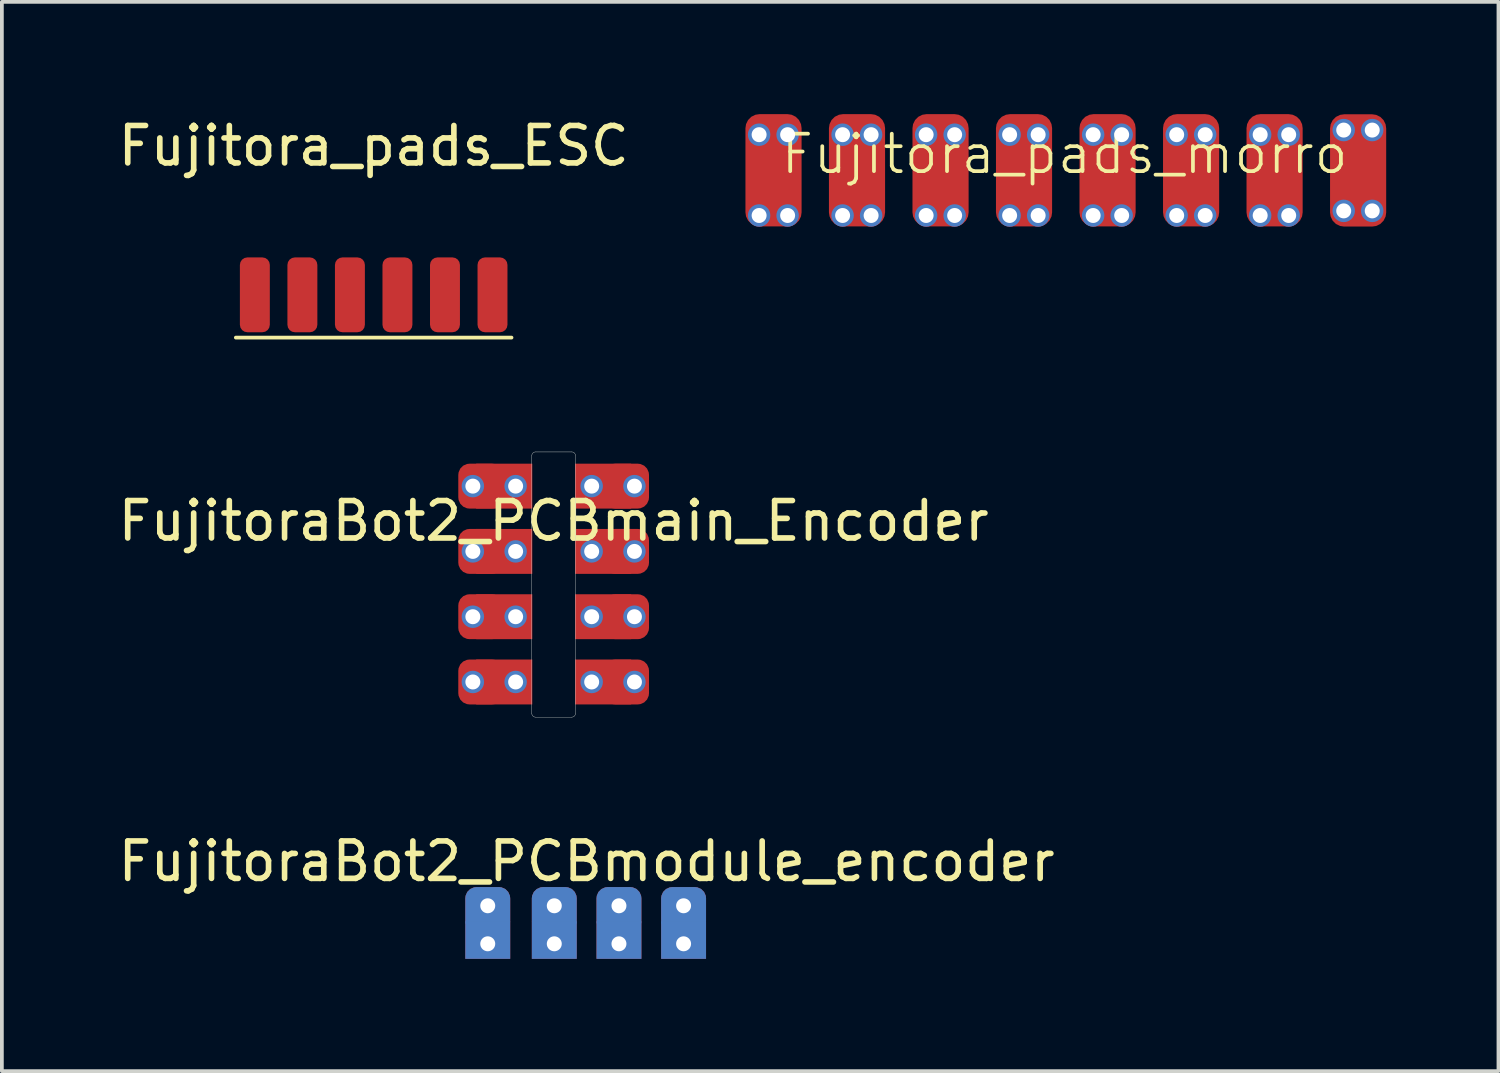
<source format=kicad_pcb>
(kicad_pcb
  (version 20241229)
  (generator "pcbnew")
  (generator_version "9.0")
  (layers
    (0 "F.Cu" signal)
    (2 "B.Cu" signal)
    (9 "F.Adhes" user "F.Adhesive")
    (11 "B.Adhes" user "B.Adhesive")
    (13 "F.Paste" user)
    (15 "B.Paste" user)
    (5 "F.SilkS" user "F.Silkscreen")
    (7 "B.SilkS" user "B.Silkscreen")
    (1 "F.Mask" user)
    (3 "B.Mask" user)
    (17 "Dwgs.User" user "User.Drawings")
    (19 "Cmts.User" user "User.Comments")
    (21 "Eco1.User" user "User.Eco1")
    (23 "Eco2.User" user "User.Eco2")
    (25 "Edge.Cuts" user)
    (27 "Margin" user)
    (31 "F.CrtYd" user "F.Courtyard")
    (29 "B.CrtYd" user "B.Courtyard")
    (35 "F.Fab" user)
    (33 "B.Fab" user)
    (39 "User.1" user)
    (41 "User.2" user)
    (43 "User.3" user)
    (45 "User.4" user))
  (footprint "Fujitora_pads_morro"
    (layer "F.Cu")
    (at 25.398 1.565)
    (property "Reference" "Fujitora_pads_morro" (at 0 -0.5 0) (unlocked yes) (layer "F.SilkS") (effects (font (size 1 1) (thickness 0.1))))
    (attr through_hole)
    (pad "1" thru_hole circle (at -8.164 -1.016 90) (size 0.6 0.6) (drill 0.4) (layers "*.Cu" "*.Mask"))
    (pad "1" thru_hole circle (at -8.164 1.143 90) (size 0.6 0.6) (drill 0.4) (layers "*.Cu" "*.Mask"))
    (pad "1" smd roundrect (at -7.529 0.635 90) (size 3 1.5) (drill (offset 0.7 -0.25)) (layers "F.Cu" "F.Mask" "F.Paste") (roundrect_rratio 0.25))
    (pad "1" thru_hole circle (at -7.402 -1.016 90) (size 0.6 0.6) (drill 0.4) (layers "*.Cu" "*.Mask"))
    (pad "1" thru_hole circle (at -7.402 1.143 90) (size 0.6 0.6) (drill 0.4) (layers "*.Cu" "*.Mask"))
    (pad "2" thru_hole circle (at -5.933 -1.016 90) (size 0.6 0.6) (drill 0.4) (layers "*.Cu" "*.Mask"))
    (pad "2" thru_hole circle (at -5.933 1.143 90) (size 0.6 0.6) (drill 0.4) (layers "*.Cu" "*.Mask"))
    (pad "2" smd roundrect (at -5.298 0.635 90) (size 3 1.5) (drill (offset 0.7 -0.25)) (layers "F.Cu" "F.Mask" "F.Paste") (roundrect_rratio 0.25))
    (pad "2" thru_hole circle (at -5.171 -1.016 90) (size 0.6 0.6) (drill 0.4) (layers "*.Cu" "*.Mask"))
    (pad "2" thru_hole circle (at -5.171 1.143 90) (size 0.6 0.6) (drill 0.4) (layers "*.Cu" "*.Mask"))
    (pad "3" thru_hole circle (at -3.701 -1.016 90) (size 0.6 0.6) (drill 0.4) (layers "*.Cu" "*.Mask"))
    (pad "3" thru_hole circle (at -3.701 1.143 90) (size 0.6 0.6) (drill 0.4) (layers "*.Cu" "*.Mask"))
    (pad "3" smd roundrect (at -3.066 0.635 90) (size 3 1.5) (drill (offset 0.7 -0.25)) (layers "F.Cu" "F.Mask" "F.Paste") (roundrect_rratio 0.25))
    (pad "3" thru_hole circle (at -2.939 -1.016 90) (size 0.6 0.6) (drill 0.4) (layers "*.Cu" "*.Mask"))
    (pad "3" thru_hole circle (at -2.939 1.143 90) (size 0.6 0.6) (drill 0.4) (layers "*.Cu" "*.Mask"))
    (pad "4" thru_hole circle (at -1.47 -1.016 90) (size 0.6 0.6) (drill 0.4) (layers "*.Cu" "*.Mask"))
    (pad "4" thru_hole circle (at -1.47 1.143 90) (size 0.6 0.6) (drill 0.4) (layers "*.Cu" "*.Mask"))
    (pad "4" smd roundrect (at -0.835 0.635 90) (size 3 1.5) (drill (offset 0.7 -0.25)) (layers "F.Cu" "F.Mask" "F.Paste") (roundrect_rratio 0.25))
    (pad "4" thru_hole circle (at -0.708 -1.016 90) (size 0.6 0.6) (drill 0.4) (layers "*.Cu" "*.Mask"))
    (pad "4" thru_hole circle (at -0.708 1.143 90) (size 0.6 0.6) (drill 0.4) (layers "*.Cu" "*.Mask"))
    (pad "5" thru_hole circle (at 0.762 -1.016 90) (size 0.6 0.6) (drill 0.4) (layers "*.Cu" "*.Mask"))
    (pad "5" thru_hole circle (at 0.762 1.143 90) (size 0.6 0.6) (drill 0.4) (layers "*.Cu" "*.Mask"))
    (pad "5" smd roundrect (at 1.397 0.635 90) (size 3 1.5) (drill (offset 0.7 -0.25)) (layers "F.Cu" "F.Mask" "F.Paste") (roundrect_rratio 0.25))
    (pad "5" thru_hole circle (at 1.524 -1.016 90) (size 0.6 0.6) (drill 0.4) (layers "*.Cu" "*.Mask"))
    (pad "5" thru_hole circle (at 1.524 1.143 90) (size 0.6 0.6) (drill 0.4) (layers "*.Cu" "*.Mask"))
    (pad "6" thru_hole circle (at 2.994 -1.016 90) (size 0.6 0.6) (drill 0.4) (layers "*.Cu" "*.Mask"))
    (pad "6" thru_hole circle (at 2.994 1.143 90) (size 0.6 0.6) (drill 0.4) (layers "*.Cu" "*.Mask"))
    (pad "6" smd roundrect (at 3.629 0.635 90) (size 3 1.5) (drill (offset 0.7 -0.25)) (layers "F.Cu" "F.Mask" "F.Paste") (roundrect_rratio 0.25))
    (pad "6" thru_hole circle (at 3.756 -1.016 90) (size 0.6 0.6) (drill 0.4) (layers "*.Cu" "*.Mask"))
    (pad "6" thru_hole circle (at 3.756 1.143 90) (size 0.6 0.6) (drill 0.4) (layers "*.Cu" "*.Mask"))
    (pad "7" thru_hole circle (at 5.225 -1.016 90) (size 0.6 0.6) (drill 0.4) (layers "*.Cu" "*.Mask"))
    (pad "7" thru_hole circle (at 5.225 1.143 90) (size 0.6 0.6) (drill 0.4) (layers "*.Cu" "*.Mask"))
    (pad "7" smd roundrect (at 5.86 0.635 90) (size 3 1.5) (drill (offset 0.7 -0.25)) (layers "F.Cu" "F.Mask" "F.Paste") (roundrect_rratio 0.25))
    (pad "7" thru_hole circle (at 5.987 -1.016 90) (size 0.6 0.6) (drill 0.4) (layers "*.Cu" "*.Mask"))
    (pad "7" thru_hole circle (at 5.987 1.143 90) (size 0.6 0.6) (drill 0.4) (layers "*.Cu" "*.Mask"))
    (pad "8" thru_hole circle (at 7.457 -1.139 90) (size 0.6 0.6) (drill 0.4) (layers "*.Cu" "*.Mask"))
    (pad "8" thru_hole circle (at 7.457 1.02 90) (size 0.6 0.6) (drill 0.4) (layers "*.Cu" "*.Mask"))
    (pad "8" smd roundrect (at 8.092 0.639 90) (size 3 1.5) (drill (offset 0.7 -0.25)) (layers "F.Cu" "F.Mask" "F.Paste") (roundrect_rratio 0.25))
    (pad "8" thru_hole circle (at 8.219 -1.139 90) (size 0.6 0.6) (drill 0.4) (layers "*.Cu" "*.Mask"))
    (pad "8" thru_hole circle (at 8.219 1.02 90) (size 0.6 0.6) (drill 0.4) (layers "*.Cu" "*.Mask")))
  (footprint "FujitoraBot2_PCBmodule_encoder"
    (layer "F.Cu")
    (at 12.625 21.661)
    (property "Reference" "FujitoraBot2_PCBmodule_encoder" (at 0 -1.695 0) (layer "F.SilkS") (effects (font (size 1 1) (thickness 0.15))))
    (attr through_hole)
    (pad "1" thru_hole roundrect (at -2.642 -0.508 270) (size 1.2 1.2) (drill 0.4 (offset 0.1 0)) (layers "*.Cu" "*.Mask") (roundrect_rratio 0.25))
    (pad "1" thru_hole rect (at -2.642 0.508 270) (size 1.004 1.2) (drill 0.4 (offset -0.1 0)) (layers "*.Cu" "*.Mask"))
    (pad "2" thru_hole roundrect (at -0.864 -0.508 270) (size 1.2 1.2) (drill 0.4 (offset 0.1 0)) (layers "*.Cu" "*.Mask") (roundrect_rratio 0.25))
    (pad "2" thru_hole rect (at -0.864 0.508 270) (size 1.004 1.2) (drill 0.4 (offset -0.1 0)) (layers "*.Cu" "*.Mask"))
    (pad "3" thru_hole roundrect (at 0.864 -0.508 270) (size 1.2 1.2) (drill 0.4 (offset 0.1 0)) (layers "*.Cu" "*.Mask") (roundrect_rratio 0.25))
    (pad "3" thru_hole rect (at 0.864 0.508 270) (size 1.004 1.2) (drill 0.4 (offset -0.1 0)) (layers "*.Cu" "*.Mask"))
    (pad "4" thru_hole roundrect (at 2.591 -0.508 270) (size 1.2 1.2) (drill 0.4 (offset 0.1 0)) (layers "*.Cu" "*.Mask") (roundrect_rratio 0.25))
    (pad "4" thru_hole rect (at 2.591 0.508 270) (size 1.004 1.2) (drill 0.4 (offset -0.1 0)) (layers "*.Cu" "*.Mask")))
  (footprint "FujitoraBot2_PCBmain_Encoder"
    (layer "F.Cu")
    (at 11.744 12.565)
    (property "Reference" "FujitoraBot2_PCBmain_Encoder" (at 0 -1.695 0) (layer "F.SilkS") (effects (font (size 1 1) (thickness 0.15))))
    (attr through_hole)
    (fp_line (start -0.584 3.448) (end -0.584 -3.439) (stroke (width 0.01) (type default)) (layer "Edge.Cuts"))
    (fp_line (start -0.484 -3.539) (end 0.484 -3.539) (stroke (width 0.01) (type default)) (layer "Edge.Cuts"))
    (fp_line (start 0.484 3.548) (end -0.484 3.548) (stroke (width 0.01) (type default)) (layer "Edge.Cuts"))
    (fp_line (start 0.584 -3.439) (end 0.584 3.448) (stroke (width 0.01) (type default)) (layer "Edge.Cuts"))
    (fp_arc (start -0.5842 -3.439066) (mid -0.554911 -3.509777) (end -0.4842 -3.539066) (stroke (width 0.01) (type default)) (layer "Edge.Cuts"))
    (fp_arc (start -0.4842 3.547534) (mid -0.554911 3.518245) (end -0.5842 3.447534) (stroke (width 0.01) (type default)) (layer "Edge.Cuts"))
    (fp_arc (start 0.4842 -3.539066) (mid 0.554911 -3.509777) (end 0.5842 -3.439066) (stroke (width 0.01) (type default)) (layer "Edge.Cuts"))
    (fp_arc (start 0.5842 3.447534) (mid 0.554911 3.518245) (end 0.4842 3.547534) (stroke (width 0.01) (type default)) (layer "Edge.Cuts"))
    (pad "1" thru_hole circle (at -2.159 -2.625) (size 0.6 0.6) (drill 0.4) (layers "*.Cu" "*.Mask"))
    (pad "1" smd roundrect (at -1.948 -2.625) (size 1.2 1.2) (layers "F.Cu" "F.Mask" "F.Paste") (roundrect_rratio 0.25))
    (pad "1" smd rect (at -1.321 -2.625) (size 1.5 1.2) (layers "F.Cu" "F.Mask" "F.Paste"))
    (pad "1" thru_hole circle (at -1.016 -2.625) (size 0.6 0.6) (drill 0.4) (layers "*.Cu" "*.Mask"))
    (pad "1" thru_hole circle (at 1.016 -2.625 180) (size 0.6 0.6) (drill 0.4) (layers "*.Cu" "*.Mask"))
    (pad "1" smd rect (at 1.321 -2.625 180) (size 1.5 1.2) (layers "F.Cu" "F.Mask" "F.Paste"))
    (pad "1" smd roundrect (at 1.948 -2.625 180) (size 1.2 1.2) (layers "F.Cu" "F.Mask" "F.Paste") (roundrect_rratio 0.25))
    (pad "1" thru_hole circle (at 2.159 -2.625 180) (size 0.6 0.6) (drill 0.4) (layers "*.Cu" "*.Mask"))
    (pad "2" thru_hole circle (at -2.159 -0.881) (size 0.6 0.6) (drill 0.4) (layers "*.Cu" "*.Mask"))
    (pad "2" smd roundrect (at -1.948 -0.881) (size 1.2 1.2) (layers "F.Cu" "F.Mask" "F.Paste") (roundrect_rratio 0.25))
    (pad "2" smd rect (at -1.321 -0.881) (size 1.5 1.2) (layers "F.Cu" "F.Mask" "F.Paste"))
    (pad "2" thru_hole circle (at -1.016 -0.881) (size 0.6 0.6) (drill 0.4) (layers "*.Cu" "*.Mask"))
    (pad "2" thru_hole circle (at 1.016 -0.881 180) (size 0.6 0.6) (drill 0.4) (layers "*.Cu" "*.Mask"))
    (pad "2" smd rect (at 1.321 -0.881 180) (size 1.5 1.2) (layers "F.Cu" "F.Mask" "F.Paste"))
    (pad "2" smd roundrect (at 1.948 -0.881 180) (size 1.2 1.2) (layers "F.Cu" "F.Mask" "F.Paste") (roundrect_rratio 0.25))
    (pad "2" thru_hole circle (at 2.159 -0.881 180) (size 0.6 0.6) (drill 0.4) (layers "*.Cu" "*.Mask"))
    (pad "3" thru_hole circle (at -2.159 0.864) (size 0.6 0.6) (drill 0.4) (layers "*.Cu" "*.Mask"))
    (pad "3" smd roundrect (at -1.948 0.864) (size 1.2 1.2) (layers "F.Cu" "F.Mask" "F.Paste") (roundrect_rratio 0.25))
    (pad "3" smd rect (at -1.321 0.864) (size 1.5 1.2) (layers "F.Cu" "F.Mask" "F.Paste"))
    (pad "3" thru_hole circle (at -1.016 0.864) (size 0.6 0.6) (drill 0.4) (layers "*.Cu" "*.Mask"))
    (pad "3" thru_hole circle (at 1.016 0.864 180) (size 0.6 0.6) (drill 0.4) (layers "*.Cu" "*.Mask"))
    (pad "3" smd rect (at 1.321 0.864 180) (size 1.5 1.2) (layers "F.Cu" "F.Mask" "F.Paste"))
    (pad "3" smd roundrect (at 1.948 0.864 180) (size 1.2 1.2) (layers "F.Cu" "F.Mask" "F.Paste") (roundrect_rratio 0.25))
    (pad "3" thru_hole circle (at 2.159 0.864 180) (size 0.6 0.6) (drill 0.4) (layers "*.Cu" "*.Mask"))
    (pad "4" thru_hole circle (at -2.159 2.608) (size 0.6 0.6) (drill 0.4) (layers "*.Cu" "*.Mask"))
    (pad "4" smd roundrect (at -1.948 2.608) (size 1.2 1.2) (layers "F.Cu" "F.Mask" "F.Paste") (roundrect_rratio 0.25))
    (pad "4" smd rect (at -1.321 2.608) (size 1.5 1.2) (layers "F.Cu" "F.Mask" "F.Paste"))
    (pad "4" thru_hole circle (at -1.016 2.608) (size 0.6 0.6) (drill 0.4) (layers "*.Cu" "*.Mask"))
    (pad "4" thru_hole circle (at 1.016 2.608 180) (size 0.6 0.6) (drill 0.4) (layers "*.Cu" "*.Mask"))
    (pad "4" smd rect (at 1.321 2.608 180) (size 1.5 1.2) (layers "F.Cu" "F.Mask" "F.Paste"))
    (pad "4" smd roundrect (at 1.948 2.608 180) (size 1.2 1.2) (layers "F.Cu" "F.Mask" "F.Paste") (roundrect_rratio 0.25))
    (pad "4" thru_hole circle (at 2.159 2.608 180) (size 0.6 0.6) (drill 0.4) (layers "*.Cu" "*.Mask")))
  (footprint "Fujitora_pads_ESC"
    (layer "F.Cu")
    (at 6.935 4.828)
    (property "Reference" "Fujitora_pads_ESC" (at 0 -3.98 0) (layer "F.SilkS") (effects (font (size 1 1) (thickness 0.15))))
    (attr smd)
    (fp_line (start -3.683 1.143) (end 3.683 1.143) (stroke (width 0.1) (type default)) (layer "F.SilkS"))
    (pad "1" smd roundrect (at -3.175 0) (size 0.8 2) (layers "F.Cu" "F.Mask" "F.Paste") (roundrect_rratio 0.25))
    (pad "2" smd roundrect (at -1.905 0) (size 0.8 2) (layers "F.Cu" "F.Mask" "F.Paste") (roundrect_rratio 0.25))
    (pad "3" smd roundrect (at -0.635 0) (size 0.8 2) (layers "F.Cu" "F.Mask" "F.Paste") (roundrect_rratio 0.25))
    (pad "4" smd roundrect (at 0.635 0) (size 0.8 2) (layers "F.Cu" "F.Mask" "F.Paste") (roundrect_rratio 0.25))
    (pad "5" smd roundrect (at 1.905 0) (size 0.8 2) (layers "F.Cu" "F.Mask" "F.Paste") (roundrect_rratio 0.25))
    (pad "6" smd roundrect (at 3.175 0) (size 0.8 2) (layers "F.Cu" "F.Mask" "F.Paste") (roundrect_rratio 0.25)))
  (gr_rect
    (start -3 -3)
    (end 36.99 25.571)
    (stroke (width 0.1) (type default))
    (fill no)
    (layer "Edge.Cuts")))
</source>
